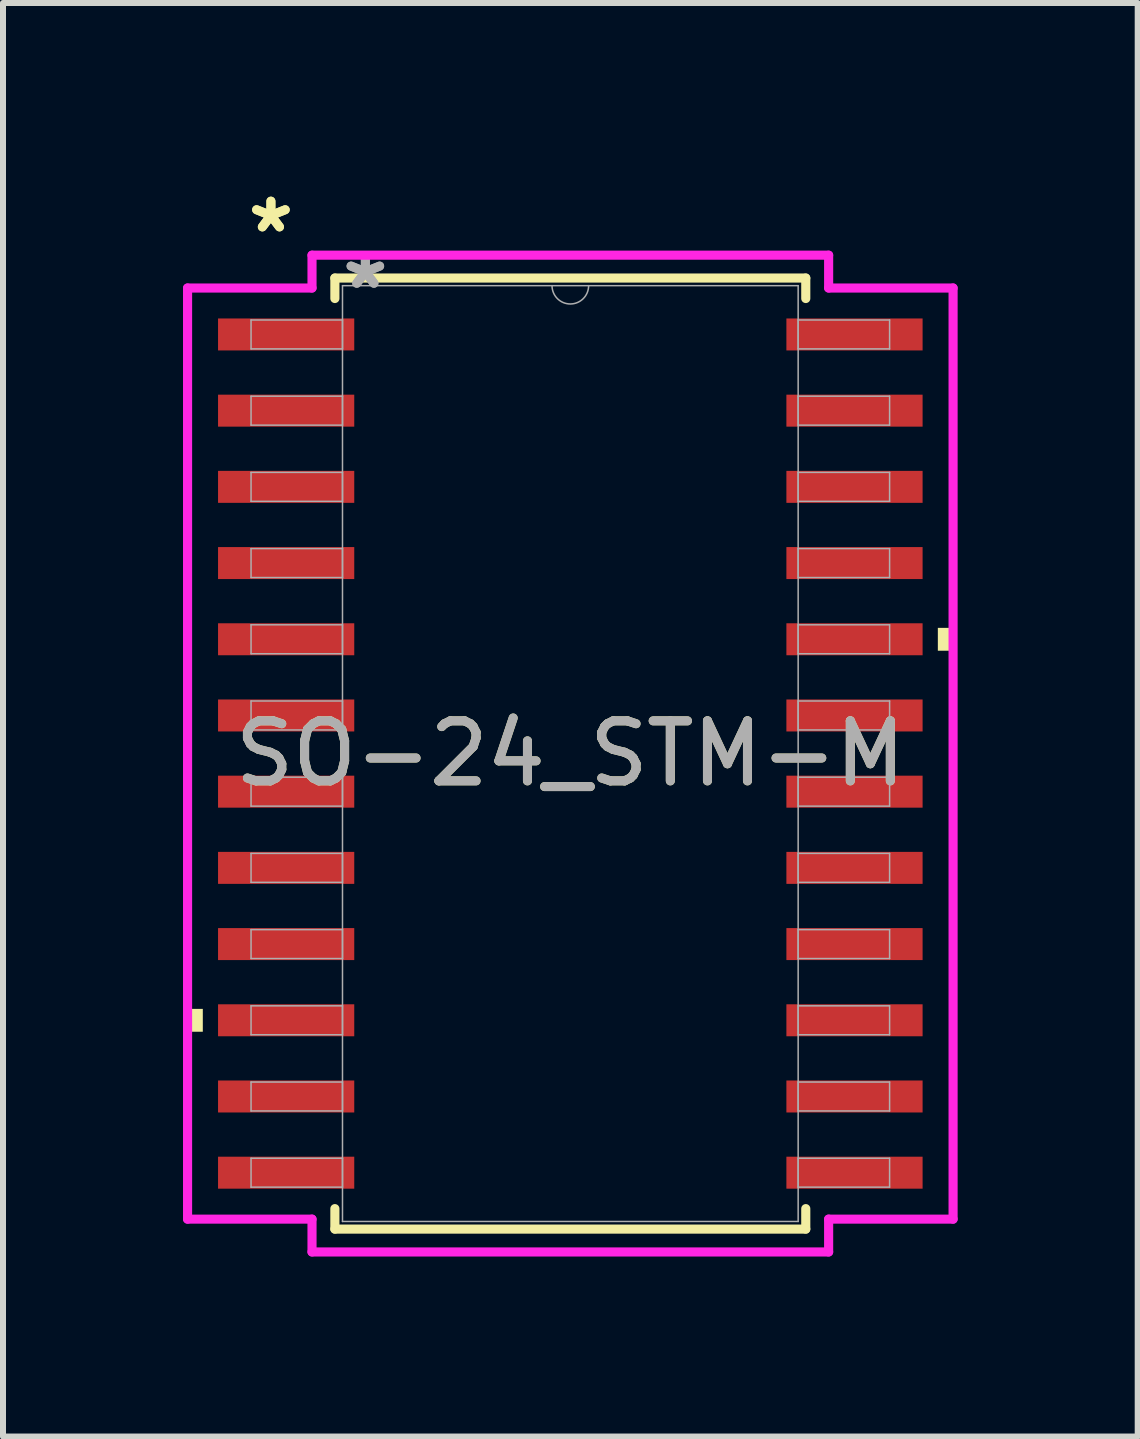
<source format=kicad_pcb>
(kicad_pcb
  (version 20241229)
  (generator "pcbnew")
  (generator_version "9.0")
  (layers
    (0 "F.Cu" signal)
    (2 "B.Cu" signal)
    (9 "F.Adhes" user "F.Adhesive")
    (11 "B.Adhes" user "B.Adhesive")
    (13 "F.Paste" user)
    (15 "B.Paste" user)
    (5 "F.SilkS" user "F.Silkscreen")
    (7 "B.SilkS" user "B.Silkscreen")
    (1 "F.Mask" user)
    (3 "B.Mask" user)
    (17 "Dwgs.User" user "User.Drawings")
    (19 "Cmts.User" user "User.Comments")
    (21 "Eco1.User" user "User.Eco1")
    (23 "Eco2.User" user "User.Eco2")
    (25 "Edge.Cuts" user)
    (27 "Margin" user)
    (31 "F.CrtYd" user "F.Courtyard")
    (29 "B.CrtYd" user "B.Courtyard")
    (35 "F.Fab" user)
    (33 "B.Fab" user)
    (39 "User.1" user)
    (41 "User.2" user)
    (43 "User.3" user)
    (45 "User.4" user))
  (footprint "SO-24_STM-M"
    (layer "F.Cu")
    (at 6.455 9.509)
    (property "Reference" "SO-24_STM-M" (at 0 0 0) (unlocked yes) (layer "F.SilkS") (effects (font (size 1 1) (thickness 0.15))))
    (attr smd)
    (fp_line (start -3.924 -7.925) (end -3.924 -7.584) (stroke (width 0.152) (type solid)) (layer "F.SilkS"))
    (fp_line (start -3.924 7.584) (end -3.924 7.925) (stroke (width 0.152) (type solid)) (layer "F.SilkS"))
    (fp_line (start -3.924 7.925) (end 3.924 7.925) (stroke (width 0.152) (type solid)) (layer "F.SilkS"))
    (fp_line (start 3.924 -7.925) (end -3.924 -7.925) (stroke (width 0.152) (type solid)) (layer "F.SilkS"))
    (fp_line (start 3.924 -7.584) (end 3.924 -7.925) (stroke (width 0.152) (type solid)) (layer "F.SilkS"))
    (fp_line (start 3.924 7.925) (end 3.924 7.584) (stroke (width 0.152) (type solid)) (layer "F.SilkS"))
    (fp_poly (pts (xy -6.379 4.255) (xy -6.379 4.636) (xy -6.125 4.636) (xy -6.125 4.255)) (stroke (width 0) (type solid)) (fill yes) (layer "F.SilkS"))
    (fp_poly (pts (xy 6.379 -2.095) (xy 6.379 -1.714) (xy 6.125 -1.714) (xy 6.125 -2.095)) (stroke (width 0) (type solid)) (fill yes) (layer "F.SilkS"))
    (fp_line (start -6.379 -7.759) (end -4.305 -7.759) (stroke (width 0.152) (type solid)) (layer "F.CrtYd"))
    (fp_line (start -6.379 7.759) (end -6.379 -7.759) (stroke (width 0.152) (type solid)) (layer "F.CrtYd"))
    (fp_line (start -6.379 7.759) (end -4.305 7.759) (stroke (width 0.152) (type solid)) (layer "F.CrtYd"))
    (fp_line (start -4.305 -8.306) (end 4.305 -8.306) (stroke (width 0.152) (type solid)) (layer "F.CrtYd"))
    (fp_line (start -4.305 -7.759) (end -4.305 -8.306) (stroke (width 0.152) (type solid)) (layer "F.CrtYd"))
    (fp_line (start -4.305 8.306) (end -4.305 7.759) (stroke (width 0.152) (type solid)) (layer "F.CrtYd"))
    (fp_line (start 4.305 -8.306) (end 4.305 -7.759) (stroke (width 0.152) (type solid)) (layer "F.CrtYd"))
    (fp_line (start 4.305 7.759) (end 4.305 8.306) (stroke (width 0.152) (type solid)) (layer "F.CrtYd"))
    (fp_line (start 4.305 8.306) (end -4.305 8.306) (stroke (width 0.152) (type solid)) (layer "F.CrtYd"))
    (fp_line (start 6.379 -7.759) (end 4.305 -7.759) (stroke (width 0.152) (type solid)) (layer "F.CrtYd"))
    (fp_line (start 6.379 -7.759) (end 6.379 7.759) (stroke (width 0.152) (type solid)) (layer "F.CrtYd"))
    (fp_line (start 6.379 7.759) (end 4.305 7.759) (stroke (width 0.152) (type solid)) (layer "F.CrtYd"))
    (fp_line (start -5.321 -7.226) (end -5.321 -6.744) (stroke (width 0.025) (type solid)) (layer "F.Fab"))
    (fp_line (start -5.321 -6.744) (end -3.797 -6.744) (stroke (width 0.025) (type solid)) (layer "F.Fab"))
    (fp_line (start -5.321 -5.956) (end -5.321 -5.474) (stroke (width 0.025) (type solid)) (layer "F.Fab"))
    (fp_line (start -5.321 -5.474) (end -3.797 -5.474) (stroke (width 0.025) (type solid)) (layer "F.Fab"))
    (fp_line (start -5.321 -4.686) (end -5.321 -4.204) (stroke (width 0.025) (type solid)) (layer "F.Fab"))
    (fp_line (start -5.321 -4.204) (end -3.797 -4.204) (stroke (width 0.025) (type solid)) (layer "F.Fab"))
    (fp_line (start -5.321 -3.416) (end -5.321 -2.934) (stroke (width 0.025) (type solid)) (layer "F.Fab"))
    (fp_line (start -5.321 -2.934) (end -3.797 -2.934) (stroke (width 0.025) (type solid)) (layer "F.Fab"))
    (fp_line (start -5.321 -2.146) (end -5.321 -1.664) (stroke (width 0.025) (type solid)) (layer "F.Fab"))
    (fp_line (start -5.321 -1.664) (end -3.797 -1.664) (stroke (width 0.025) (type solid)) (layer "F.Fab"))
    (fp_line (start -5.321 -0.876) (end -5.321 -0.394) (stroke (width 0.025) (type solid)) (layer "F.Fab"))
    (fp_line (start -5.321 -0.394) (end -3.797 -0.394) (stroke (width 0.025) (type solid)) (layer "F.Fab"))
    (fp_line (start -5.321 0.394) (end -5.321 0.876) (stroke (width 0.025) (type solid)) (layer "F.Fab"))
    (fp_line (start -5.321 0.876) (end -3.797 0.876) (stroke (width 0.025) (type solid)) (layer "F.Fab"))
    (fp_line (start -5.321 1.664) (end -5.321 2.146) (stroke (width 0.025) (type solid)) (layer "F.Fab"))
    (fp_line (start -5.321 2.146) (end -3.797 2.146) (stroke (width 0.025) (type solid)) (layer "F.Fab"))
    (fp_line (start -5.321 2.934) (end -5.321 3.416) (stroke (width 0.025) (type solid)) (layer "F.Fab"))
    (fp_line (start -5.321 3.416) (end -3.797 3.416) (stroke (width 0.025) (type solid)) (layer "F.Fab"))
    (fp_line (start -5.321 4.204) (end -5.321 4.686) (stroke (width 0.025) (type solid)) (layer "F.Fab"))
    (fp_line (start -5.321 4.686) (end -3.797 4.686) (stroke (width 0.025) (type solid)) (layer "F.Fab"))
    (fp_line (start -5.321 5.474) (end -5.321 5.956) (stroke (width 0.025) (type solid)) (layer "F.Fab"))
    (fp_line (start -5.321 5.956) (end -3.797 5.956) (stroke (width 0.025) (type solid)) (layer "F.Fab"))
    (fp_line (start -5.321 6.744) (end -5.321 7.226) (stroke (width 0.025) (type solid)) (layer "F.Fab"))
    (fp_line (start -5.321 7.226) (end -3.797 7.226) (stroke (width 0.025) (type solid)) (layer "F.Fab"))
    (fp_line (start -3.797 -7.798) (end -3.797 7.798) (stroke (width 0.025) (type solid)) (layer "F.Fab"))
    (fp_line (start -3.797 -7.226) (end -5.321 -7.226) (stroke (width 0.025) (type solid)) (layer "F.Fab"))
    (fp_line (start -3.797 -6.744) (end -3.797 -7.226) (stroke (width 0.025) (type solid)) (layer "F.Fab"))
    (fp_line (start -3.797 -5.956) (end -5.321 -5.956) (stroke (width 0.025) (type solid)) (layer "F.Fab"))
    (fp_line (start -3.797 -5.474) (end -3.797 -5.956) (stroke (width 0.025) (type solid)) (layer "F.Fab"))
    (fp_line (start -3.797 -4.686) (end -5.321 -4.686) (stroke (width 0.025) (type solid)) (layer "F.Fab"))
    (fp_line (start -3.797 -4.204) (end -3.797 -4.686) (stroke (width 0.025) (type solid)) (layer "F.Fab"))
    (fp_line (start -3.797 -3.416) (end -5.321 -3.416) (stroke (width 0.025) (type solid)) (layer "F.Fab"))
    (fp_line (start -3.797 -2.934) (end -3.797 -3.416) (stroke (width 0.025) (type solid)) (layer "F.Fab"))
    (fp_line (start -3.797 -2.146) (end -5.321 -2.146) (stroke (width 0.025) (type solid)) (layer "F.Fab"))
    (fp_line (start -3.797 -1.664) (end -3.797 -2.146) (stroke (width 0.025) (type solid)) (layer "F.Fab"))
    (fp_line (start -3.797 -0.876) (end -5.321 -0.876) (stroke (width 0.025) (type solid)) (layer "F.Fab"))
    (fp_line (start -3.797 -0.394) (end -3.797 -0.876) (stroke (width 0.025) (type solid)) (layer "F.Fab"))
    (fp_line (start -3.797 0.394) (end -5.321 0.394) (stroke (width 0.025) (type solid)) (layer "F.Fab"))
    (fp_line (start -3.797 0.876) (end -3.797 0.394) (stroke (width 0.025) (type solid)) (layer "F.Fab"))
    (fp_line (start -3.797 1.664) (end -5.321 1.664) (stroke (width 0.025) (type solid)) (layer "F.Fab"))
    (fp_line (start -3.797 2.146) (end -3.797 1.664) (stroke (width 0.025) (type solid)) (layer "F.Fab"))
    (fp_line (start -3.797 2.934) (end -5.321 2.934) (stroke (width 0.025) (type solid)) (layer "F.Fab"))
    (fp_line (start -3.797 3.416) (end -3.797 2.934) (stroke (width 0.025) (type solid)) (layer "F.Fab"))
    (fp_line (start -3.797 4.204) (end -5.321 4.204) (stroke (width 0.025) (type solid)) (layer "F.Fab"))
    (fp_line (start -3.797 4.686) (end -3.797 4.204) (stroke (width 0.025) (type solid)) (layer "F.Fab"))
    (fp_line (start -3.797 5.474) (end -5.321 5.474) (stroke (width 0.025) (type solid)) (layer "F.Fab"))
    (fp_line (start -3.797 5.956) (end -3.797 5.474) (stroke (width 0.025) (type solid)) (layer "F.Fab"))
    (fp_line (start -3.797 6.744) (end -5.321 6.744) (stroke (width 0.025) (type solid)) (layer "F.Fab"))
    (fp_line (start -3.797 7.226) (end -3.797 6.744) (stroke (width 0.025) (type solid)) (layer "F.Fab"))
    (fp_line (start -3.797 7.798) (end 3.797 7.798) (stroke (width 0.025) (type solid)) (layer "F.Fab"))
    (fp_line (start 3.797 -7.798) (end -3.797 -7.798) (stroke (width 0.025) (type solid)) (layer "F.Fab"))
    (fp_line (start 3.797 -7.226) (end 3.797 -6.744) (stroke (width 0.025) (type solid)) (layer "F.Fab"))
    (fp_line (start 3.797 -6.744) (end 5.321 -6.744) (stroke (width 0.025) (type solid)) (layer "F.Fab"))
    (fp_line (start 3.797 -5.956) (end 3.797 -5.474) (stroke (width 0.025) (type solid)) (layer "F.Fab"))
    (fp_line (start 3.797 -5.474) (end 5.321 -5.474) (stroke (width 0.025) (type solid)) (layer "F.Fab"))
    (fp_line (start 3.797 -4.686) (end 3.797 -4.204) (stroke (width 0.025) (type solid)) (layer "F.Fab"))
    (fp_line (start 3.797 -4.204) (end 5.321 -4.204) (stroke (width 0.025) (type solid)) (layer "F.Fab"))
    (fp_line (start 3.797 -3.416) (end 3.797 -2.934) (stroke (width 0.025) (type solid)) (layer "F.Fab"))
    (fp_line (start 3.797 -2.934) (end 5.321 -2.934) (stroke (width 0.025) (type solid)) (layer "F.Fab"))
    (fp_line (start 3.797 -2.146) (end 3.797 -1.664) (stroke (width 0.025) (type solid)) (layer "F.Fab"))
    (fp_line (start 3.797 -1.664) (end 5.321 -1.664) (stroke (width 0.025) (type solid)) (layer "F.Fab"))
    (fp_line (start 3.797 -0.876) (end 3.797 -0.394) (stroke (width 0.025) (type solid)) (layer "F.Fab"))
    (fp_line (start 3.797 -0.394) (end 5.321 -0.394) (stroke (width 0.025) (type solid)) (layer "F.Fab"))
    (fp_line (start 3.797 0.394) (end 3.797 0.876) (stroke (width 0.025) (type solid)) (layer "F.Fab"))
    (fp_line (start 3.797 0.876) (end 5.321 0.876) (stroke (width 0.025) (type solid)) (layer "F.Fab"))
    (fp_line (start 3.797 1.664) (end 3.797 2.146) (stroke (width 0.025) (type solid)) (layer "F.Fab"))
    (fp_line (start 3.797 2.146) (end 5.321 2.146) (stroke (width 0.025) (type solid)) (layer "F.Fab"))
    (fp_line (start 3.797 2.934) (end 3.797 3.416) (stroke (width 0.025) (type solid)) (layer "F.Fab"))
    (fp_line (start 3.797 3.416) (end 5.321 3.416) (stroke (width 0.025) (type solid)) (layer "F.Fab"))
    (fp_line (start 3.797 4.204) (end 3.797 4.686) (stroke (width 0.025) (type solid)) (layer "F.Fab"))
    (fp_line (start 3.797 4.686) (end 5.321 4.686) (stroke (width 0.025) (type solid)) (layer "F.Fab"))
    (fp_line (start 3.797 5.474) (end 3.797 5.956) (stroke (width 0.025) (type solid)) (layer "F.Fab"))
    (fp_line (start 3.797 5.956) (end 5.321 5.956) (stroke (width 0.025) (type solid)) (layer "F.Fab"))
    (fp_line (start 3.797 6.744) (end 3.797 7.226) (stroke (width 0.025) (type solid)) (layer "F.Fab"))
    (fp_line (start 3.797 7.226) (end 5.321 7.226) (stroke (width 0.025) (type solid)) (layer "F.Fab"))
    (fp_line (start 3.797 7.798) (end 3.797 -7.798) (stroke (width 0.025) (type solid)) (layer "F.Fab"))
    (fp_line (start 5.321 -7.226) (end 3.797 -7.226) (stroke (width 0.025) (type solid)) (layer "F.Fab"))
    (fp_line (start 5.321 -6.744) (end 5.321 -7.226) (stroke (width 0.025) (type solid)) (layer "F.Fab"))
    (fp_line (start 5.321 -5.956) (end 3.797 -5.956) (stroke (width 0.025) (type solid)) (layer "F.Fab"))
    (fp_line (start 5.321 -5.474) (end 5.321 -5.956) (stroke (width 0.025) (type solid)) (layer "F.Fab"))
    (fp_line (start 5.321 -4.686) (end 3.797 -4.686) (stroke (width 0.025) (type solid)) (layer "F.Fab"))
    (fp_line (start 5.321 -4.204) (end 5.321 -4.686) (stroke (width 0.025) (type solid)) (layer "F.Fab"))
    (fp_line (start 5.321 -3.416) (end 3.797 -3.416) (stroke (width 0.025) (type solid)) (layer "F.Fab"))
    (fp_line (start 5.321 -2.934) (end 5.321 -3.416) (stroke (width 0.025) (type solid)) (layer "F.Fab"))
    (fp_line (start 5.321 -2.146) (end 3.797 -2.146) (stroke (width 0.025) (type solid)) (layer "F.Fab"))
    (fp_line (start 5.321 -1.664) (end 5.321 -2.146) (stroke (width 0.025) (type solid)) (layer "F.Fab"))
    (fp_line (start 5.321 -0.876) (end 3.797 -0.876) (stroke (width 0.025) (type solid)) (layer "F.Fab"))
    (fp_line (start 5.321 -0.394) (end 5.321 -0.876) (stroke (width 0.025) (type solid)) (layer "F.Fab"))
    (fp_line (start 5.321 0.394) (end 3.797 0.394) (stroke (width 0.025) (type solid)) (layer "F.Fab"))
    (fp_line (start 5.321 0.876) (end 5.321 0.394) (stroke (width 0.025) (type solid)) (layer "F.Fab"))
    (fp_line (start 5.321 1.664) (end 3.797 1.664) (stroke (width 0.025) (type solid)) (layer "F.Fab"))
    (fp_line (start 5.321 2.146) (end 5.321 1.664) (stroke (width 0.025) (type solid)) (layer "F.Fab"))
    (fp_line (start 5.321 2.934) (end 3.797 2.934) (stroke (width 0.025) (type solid)) (layer "F.Fab"))
    (fp_line (start 5.321 3.416) (end 5.321 2.934) (stroke (width 0.025) (type solid)) (layer "F.Fab"))
    (fp_line (start 5.321 4.204) (end 3.797 4.204) (stroke (width 0.025) (type solid)) (layer "F.Fab"))
    (fp_line (start 5.321 4.686) (end 5.321 4.204) (stroke (width 0.025) (type solid)) (layer "F.Fab"))
    (fp_line (start 5.321 5.474) (end 3.797 5.474) (stroke (width 0.025) (type solid)) (layer "F.Fab"))
    (fp_line (start 5.321 5.956) (end 5.321 5.474) (stroke (width 0.025) (type solid)) (layer "F.Fab"))
    (fp_line (start 5.321 6.744) (end 3.797 6.744) (stroke (width 0.025) (type solid)) (layer "F.Fab"))
    (fp_line (start 5.321 7.226) (end 5.321 6.744) (stroke (width 0.025) (type solid)) (layer "F.Fab"))
    (fp_arc (start 0.3048 -7.7978) (mid 0 -7.493) (end -0.3048 -7.7978) (stroke (width 0.0254) (type solid)) (layer "F.Fab"))
    (fp_text user "*" (at -4.99 -8.661 0) (unlocked yes) (layer "F.SilkS") (effects (font (size 1 1) (thickness 0.15))))
    (fp_text user "*" (at -4.99 -8.661 0) (layer "F.SilkS") (effects (font (size 1 1) (thickness 0.15))))
    (fp_text user "*" (at -3.416 -7.722 0) (unlocked yes) (layer "F.Fab") (effects (font (size 1 1) (thickness 0.15))))
    (fp_text user "${REFERENCE}" (at 0 0 0) (unlocked yes) (layer "F.Fab") (effects (font (size 1 1) (thickness 0.15))))
    (fp_text user "*" (at -3.416 -7.722 0) (layer "F.Fab") (effects (font (size 1 1) (thickness 0.15))))
    (pad "1" smd rect (at -4.736 -6.985) (size 2.27 0.533) (layers "F.Cu" "F.Mask" "F.Paste"))
    (pad "2" smd rect (at -4.736 -5.715) (size 2.27 0.533) (layers "F.Cu" "F.Mask" "F.Paste"))
    (pad "3" smd rect (at -4.736 -4.445) (size 2.27 0.533) (layers "F.Cu" "F.Mask" "F.Paste"))
    (pad "4" smd rect (at -4.736 -3.175) (size 2.27 0.533) (layers "F.Cu" "F.Mask" "F.Paste"))
    (pad "5" smd rect (at -4.736 -1.905) (size 2.27 0.533) (layers "F.Cu" "F.Mask" "F.Paste"))
    (pad "6" smd rect (at -4.736 -0.635) (size 2.27 0.533) (layers "F.Cu" "F.Mask" "F.Paste"))
    (pad "7" smd rect (at -4.736 0.635) (size 2.27 0.533) (layers "F.Cu" "F.Mask" "F.Paste"))
    (pad "8" smd rect (at -4.736 1.905) (size 2.27 0.533) (layers "F.Cu" "F.Mask" "F.Paste"))
    (pad "9" smd rect (at -4.736 3.175) (size 2.27 0.533) (layers "F.Cu" "F.Mask" "F.Paste"))
    (pad "10" smd rect (at -4.736 4.445) (size 2.27 0.533) (layers "F.Cu" "F.Mask" "F.Paste"))
    (pad "11" smd rect (at -4.736 5.715) (size 2.27 0.533) (layers "F.Cu" "F.Mask" "F.Paste"))
    (pad "12" smd rect (at -4.736 6.985) (size 2.27 0.533) (layers "F.Cu" "F.Mask" "F.Paste"))
    (pad "13" smd rect (at 4.736 6.985) (size 2.27 0.533) (layers "F.Cu" "F.Mask" "F.Paste"))
    (pad "14" smd rect (at 4.736 5.715) (size 2.27 0.533) (layers "F.Cu" "F.Mask" "F.Paste"))
    (pad "15" smd rect (at 4.736 4.445) (size 2.27 0.533) (layers "F.Cu" "F.Mask" "F.Paste"))
    (pad "16" smd rect (at 4.736 3.175) (size 2.27 0.533) (layers "F.Cu" "F.Mask" "F.Paste"))
    (pad "17" smd rect (at 4.736 1.905) (size 2.27 0.533) (layers "F.Cu" "F.Mask" "F.Paste"))
    (pad "18" smd rect (at 4.736 0.635) (size 2.27 0.533) (layers "F.Cu" "F.Mask" "F.Paste"))
    (pad "19" smd rect (at 4.736 -0.635) (size 2.27 0.533) (layers "F.Cu" "F.Mask" "F.Paste"))
    (pad "20" smd rect (at 4.736 -1.905) (size 2.27 0.533) (layers "F.Cu" "F.Mask" "F.Paste"))
    (pad "21" smd rect (at 4.736 -3.175) (size 2.27 0.533) (layers "F.Cu" "F.Mask" "F.Paste"))
    (pad "22" smd rect (at 4.736 -4.445) (size 2.27 0.533) (layers "F.Cu" "F.Mask" "F.Paste"))
    (pad "23" smd rect (at 4.736 -5.715) (size 2.27 0.533) (layers "F.Cu" "F.Mask" "F.Paste"))
    (pad "24" smd rect (at 4.736 -6.985) (size 2.27 0.533) (layers "F.Cu" "F.Mask" "F.Paste")))
  (gr_rect
    (start -3 -3)
    (end 15.911 20.891)
    (stroke (width 0.1) (type default))
    (fill no)
    (layer "Edge.Cuts")))
</source>
